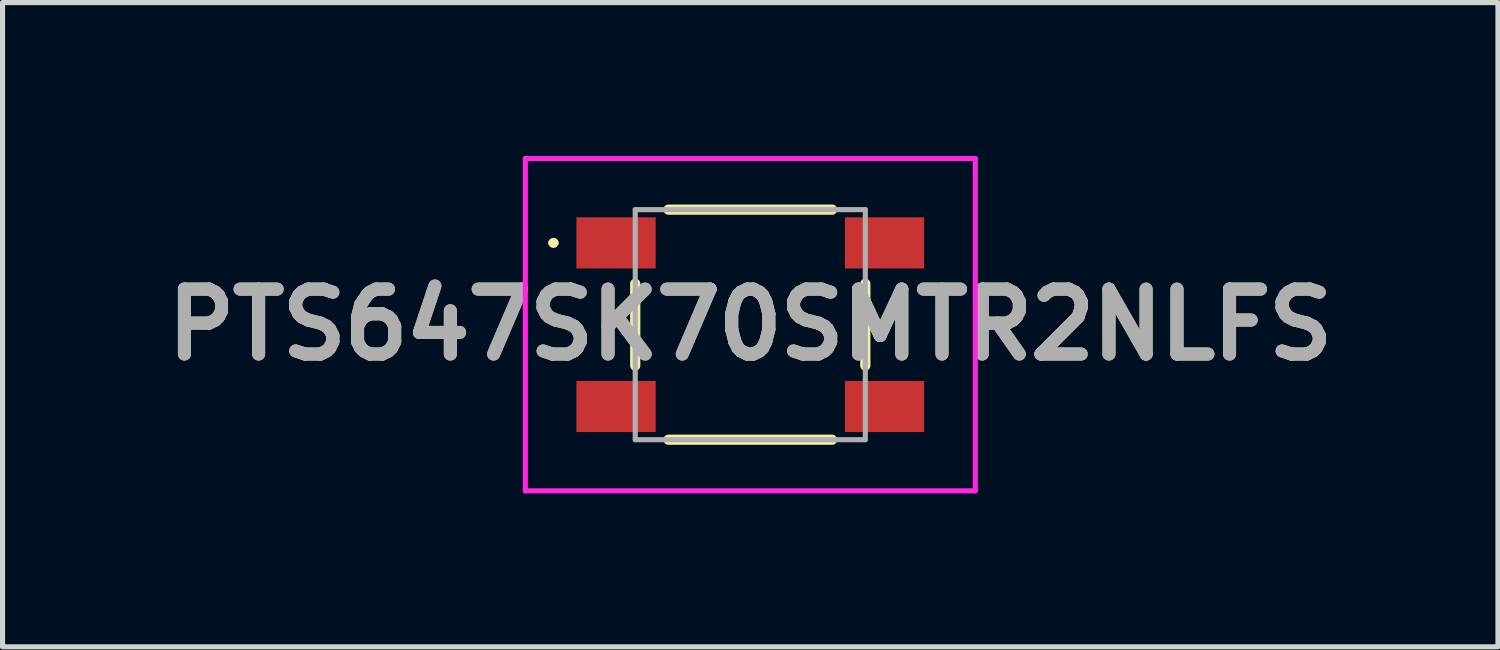
<source format=kicad_pcb>
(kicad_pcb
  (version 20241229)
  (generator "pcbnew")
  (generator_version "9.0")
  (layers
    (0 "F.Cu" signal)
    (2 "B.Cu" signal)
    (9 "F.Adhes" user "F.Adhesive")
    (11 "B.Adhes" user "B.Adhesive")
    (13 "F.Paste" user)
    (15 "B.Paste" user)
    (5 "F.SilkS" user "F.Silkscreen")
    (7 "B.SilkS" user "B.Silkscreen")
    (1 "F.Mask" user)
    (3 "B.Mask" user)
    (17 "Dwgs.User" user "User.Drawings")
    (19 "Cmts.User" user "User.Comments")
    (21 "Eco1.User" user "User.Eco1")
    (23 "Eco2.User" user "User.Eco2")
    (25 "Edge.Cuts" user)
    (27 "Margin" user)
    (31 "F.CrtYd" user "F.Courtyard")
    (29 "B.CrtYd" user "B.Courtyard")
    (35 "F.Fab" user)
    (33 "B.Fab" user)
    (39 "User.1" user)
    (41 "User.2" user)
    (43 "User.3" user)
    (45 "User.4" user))
  (footprint "PTS647SK70SMTR2NLFS"
    (layer "F.Cu")
    (at 11.624 3.3)
    (property "Reference" "PTS647SK70SMTR2NLFS" (at 0 0 0) (layer "F.SilkS") (effects (font (size 1.27 1.27) (thickness 0.254))))
    (attr smd)
    (fp_line (start -3.9 -1.6) (end -3.9 -1.6) (stroke (width 0.1) (type solid)) (layer "F.SilkS"))
    (fp_line (start -3.8 -1.6) (end -3.8 -1.6) (stroke (width 0.1) (type solid)) (layer "F.SilkS"))
    (fp_line (start -2.25 -0.8) (end -2.25 0.8) (stroke (width 0.2) (type solid)) (layer "F.SilkS"))
    (fp_line (start -1.6 -2.25) (end 1.6 -2.25) (stroke (width 0.2) (type solid)) (layer "F.SilkS"))
    (fp_line (start -1.6 2.25) (end 1.6 2.25) (stroke (width 0.2) (type solid)) (layer "F.SilkS"))
    (fp_line (start 2.25 -0.8) (end 2.25 0.8) (stroke (width 0.2) (type solid)) (layer "F.SilkS"))
    (fp_arc (start -3.9 -1.6) (mid -3.85 -1.65) (end -3.8 -1.6) (stroke (width 0.1) (type solid)) (layer "F.SilkS"))
    (fp_arc (start -3.8 -1.6) (mid -3.85 -1.55) (end -3.9 -1.6) (stroke (width 0.1) (type solid)) (layer "F.SilkS"))
    (fp_line (start -4.4 -3.25) (end 4.4 -3.25) (stroke (width 0.1) (type solid)) (layer "F.CrtYd"))
    (fp_line (start -4.4 3.25) (end -4.4 -3.25) (stroke (width 0.1) (type solid)) (layer "F.CrtYd"))
    (fp_line (start 4.4 -3.25) (end 4.4 3.25) (stroke (width 0.1) (type solid)) (layer "F.CrtYd"))
    (fp_line (start 4.4 3.25) (end -4.4 3.25) (stroke (width 0.1) (type solid)) (layer "F.CrtYd"))
    (fp_line (start -2.25 -2.25) (end -2.25 2.25) (stroke (width 0.1) (type solid)) (layer "F.Fab"))
    (fp_line (start -2.25 2.25) (end 2.25 2.25) (stroke (width 0.1) (type solid)) (layer "F.Fab"))
    (fp_line (start 2.25 -2.25) (end -2.25 -2.25) (stroke (width 0.1) (type solid)) (layer "F.Fab"))
    (fp_line (start 2.25 2.25) (end 2.25 -2.25) (stroke (width 0.1) (type solid)) (layer "F.Fab"))
    (fp_text user "${REFERENCE}" (at 0 0 0) (layer "F.Fab") (effects (font (size 1.27 1.27) (thickness 0.254))))
    (pad "1" smd rect (at -2.625 -1.6 90) (size 1 1.55) (layers "F.Cu" "F.Mask" "F.Paste"))
    (pad "2" smd rect (at 2.625 -1.6 90) (size 1 1.55) (layers "F.Cu" "F.Mask" "F.Paste"))
    (pad "3" smd rect (at -2.625 1.6 90) (size 1 1.55) (layers "F.Cu" "F.Mask" "F.Paste"))
    (pad "4" smd rect (at 2.625 1.6 90) (size 1 1.55) (layers "F.Cu" "F.Mask" "F.Paste")))
  (gr_rect
    (start -3 -3)
    (end 26.247 9.6)
    (stroke (width 0.1) (type default))
    (fill no)
    (layer "Edge.Cuts")))
</source>
